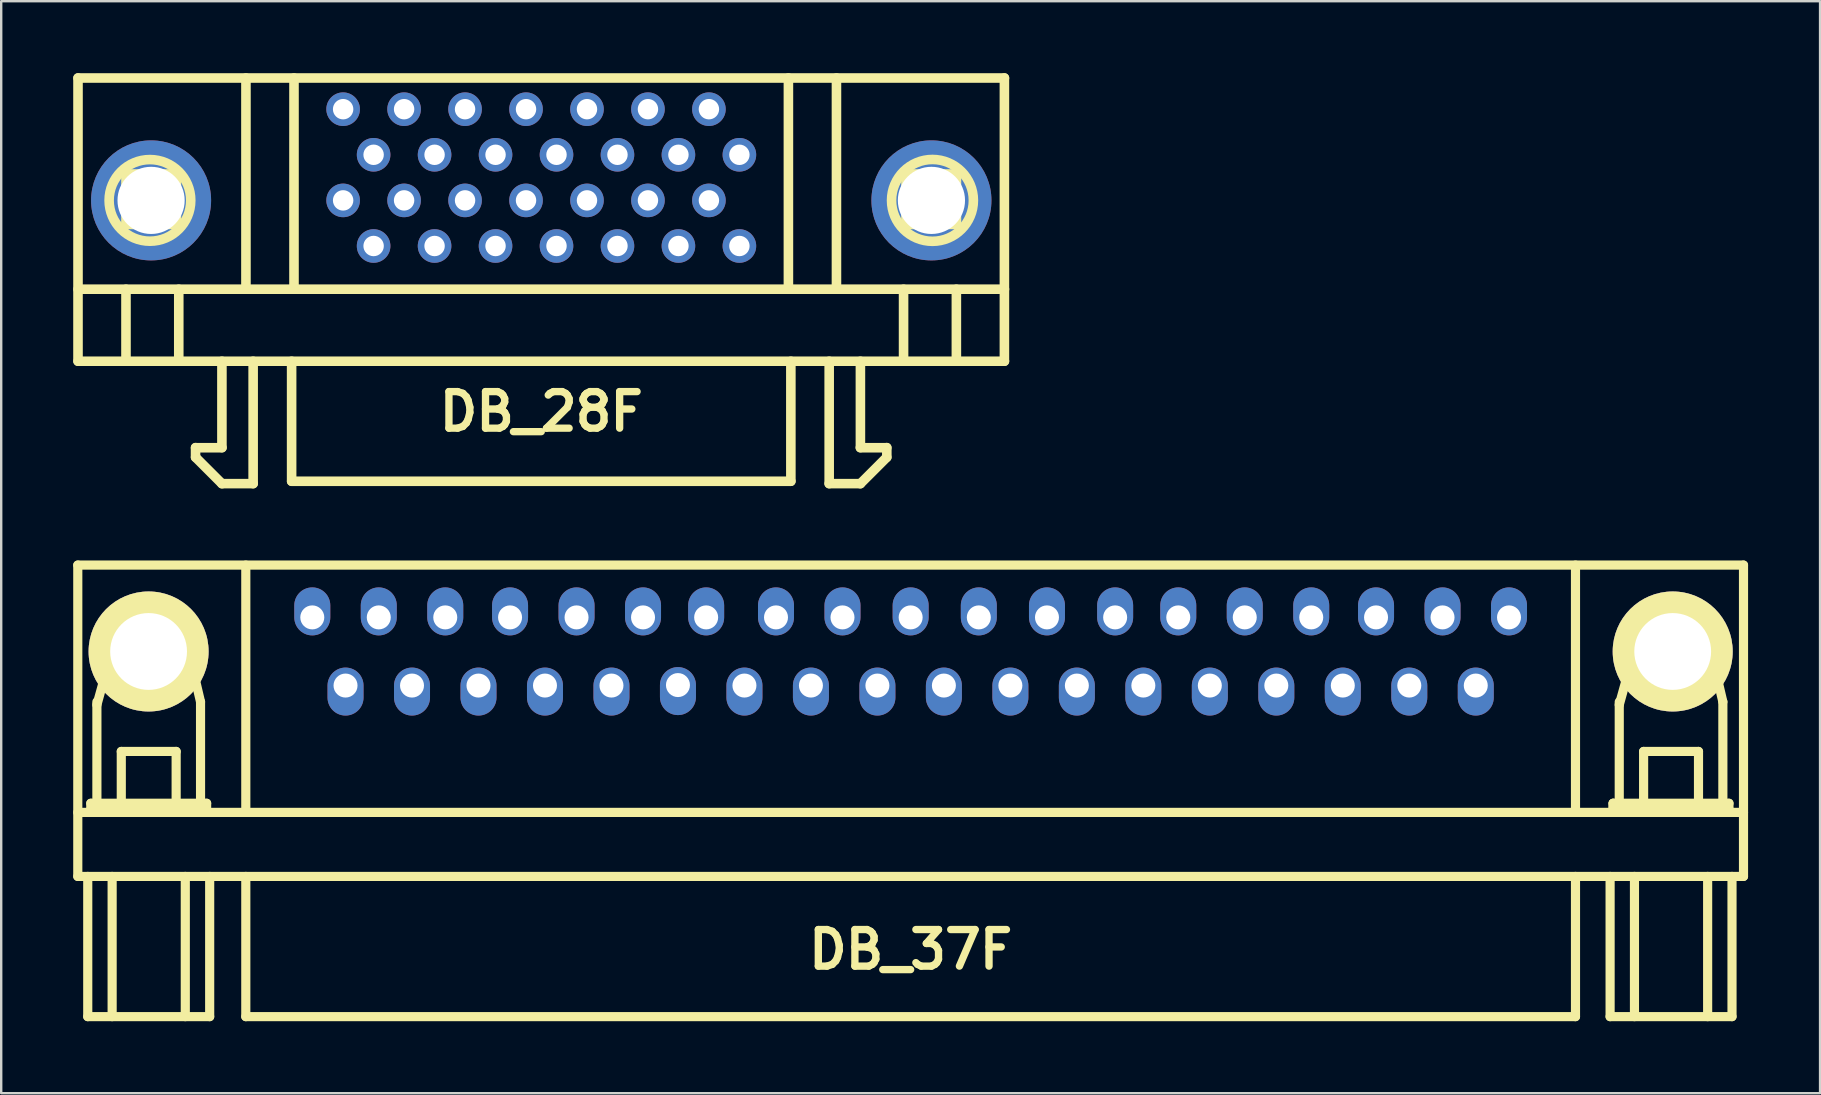
<source format=kicad_pcb>
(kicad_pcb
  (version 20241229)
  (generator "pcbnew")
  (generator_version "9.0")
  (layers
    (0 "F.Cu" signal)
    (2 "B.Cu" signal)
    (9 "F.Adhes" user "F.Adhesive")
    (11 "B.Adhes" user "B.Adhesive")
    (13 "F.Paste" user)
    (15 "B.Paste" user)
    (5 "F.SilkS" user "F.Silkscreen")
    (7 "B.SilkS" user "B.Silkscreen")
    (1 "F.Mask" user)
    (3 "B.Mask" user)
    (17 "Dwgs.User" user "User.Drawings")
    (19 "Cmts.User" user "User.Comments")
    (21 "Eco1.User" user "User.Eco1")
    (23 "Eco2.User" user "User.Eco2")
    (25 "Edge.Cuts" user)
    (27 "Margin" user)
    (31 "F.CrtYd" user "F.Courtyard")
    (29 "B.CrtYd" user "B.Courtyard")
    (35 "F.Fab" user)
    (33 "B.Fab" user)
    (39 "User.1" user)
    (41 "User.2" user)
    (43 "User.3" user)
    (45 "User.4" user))
  (footprint "DB_28F"
    (layer "F.Cu")
    (at 19.501 10.9)
    (property "Reference" "DB_28F" (at 0 3.2 0) (layer "F.SilkS") (effects (font (size 1.524 1.524) (thickness 0.305))))
    (attr through_hole)
    (fp_line (start -19.301 -10.701) (end -19.301 1.1) (stroke (width 0.399) (type solid)) (layer "F.SilkS"))
    (fp_line (start -19.299 -1.9) (end 19.299 -1.9) (stroke (width 0.399) (type solid)) (layer "F.SilkS"))
    (fp_line (start -19.299 1.1) (end 19.299 1.1) (stroke (width 0.399) (type solid)) (layer "F.SilkS"))
    (fp_line (start -17.302 -6.701) (end -15.202 -6.701) (stroke (width 0.399) (type solid)) (layer "F.SilkS"))
    (fp_line (start -17.302 -4.6) (end -17.302 -6.701) (stroke (width 0.399) (type solid)) (layer "F.SilkS"))
    (fp_line (start -17.302 -1.9) (end -17.302 1.1) (stroke (width 0.399) (type solid)) (layer "F.SilkS"))
    (fp_line (start -15.202 -6.701) (end -15.202 -4.6) (stroke (width 0.399) (type solid)) (layer "F.SilkS"))
    (fp_line (start -15.202 -4.6) (end -17.302 -4.6) (stroke (width 0.399) (type solid)) (layer "F.SilkS"))
    (fp_line (start -15.103 1.1) (end -15.103 -1.9) (stroke (width 0.399) (type solid)) (layer "F.SilkS"))
    (fp_line (start -14.404 4.699) (end -14.404 5.1) (stroke (width 0.399) (type solid)) (layer "F.SilkS"))
    (fp_line (start -14.402 4.704) (end -13.302 4.704) (stroke (width 0.399) (type solid)) (layer "F.SilkS"))
    (fp_line (start -13.305 4.699) (end -13.305 1.1) (stroke (width 0.399) (type solid)) (layer "F.SilkS"))
    (fp_line (start -13.305 6.2) (end -12.004 6.2) (stroke (width 0.399) (type solid)) (layer "F.SilkS"))
    (fp_line (start -13.302 6.203) (end -14.402 5.103) (stroke (width 0.399) (type solid)) (layer "F.SilkS"))
    (fp_line (start -12.304 -1.9) (end -12.304 -10.701) (stroke (width 0.399) (type solid)) (layer "F.SilkS"))
    (fp_line (start -12.004 6.2) (end -12.004 1.1) (stroke (width 0.399) (type solid)) (layer "F.SilkS"))
    (fp_line (start -10.401 6.101) (end -10.401 1.1) (stroke (width 0.399) (type solid)) (layer "F.SilkS"))
    (fp_line (start -10.302 -10.701) (end -10.302 -1.9) (stroke (width 0.399) (type solid)) (layer "F.SilkS"))
    (fp_line (start 10.297 -10.701) (end 10.297 -1.9) (stroke (width 0.399) (type solid)) (layer "F.SilkS"))
    (fp_line (start 10.399 6.101) (end -10.399 6.101) (stroke (width 0.399) (type solid)) (layer "F.SilkS"))
    (fp_line (start 10.399 6.101) (end 10.399 1.1) (stroke (width 0.399) (type solid)) (layer "F.SilkS"))
    (fp_line (start 11.996 6.2) (end 11.996 1.1) (stroke (width 0.399) (type solid)) (layer "F.SilkS"))
    (fp_line (start 12.299 -1.9) (end 12.299 -10.701) (stroke (width 0.399) (type solid)) (layer "F.SilkS"))
    (fp_line (start 13.294 6.203) (end 14.394 5.103) (stroke (width 0.399) (type solid)) (layer "F.SilkS"))
    (fp_line (start 13.297 4.699) (end 13.297 1.1) (stroke (width 0.399) (type solid)) (layer "F.SilkS"))
    (fp_line (start 13.297 6.2) (end 11.996 6.2) (stroke (width 0.399) (type solid)) (layer "F.SilkS"))
    (fp_line (start 14.394 4.704) (end 13.294 4.704) (stroke (width 0.399) (type solid)) (layer "F.SilkS"))
    (fp_line (start 14.397 4.699) (end 14.397 5.1) (stroke (width 0.399) (type solid)) (layer "F.SilkS"))
    (fp_line (start 15.095 -1.9) (end 15.095 1.1) (stroke (width 0.399) (type solid)) (layer "F.SilkS"))
    (fp_line (start 15.197 -6.701) (end 15.197 -4.6) (stroke (width 0.399) (type solid)) (layer "F.SilkS"))
    (fp_line (start 15.197 -4.6) (end 17.297 -4.6) (stroke (width 0.399) (type solid)) (layer "F.SilkS"))
    (fp_line (start 17.295 -1.9) (end 17.295 1.1) (stroke (width 0.399) (type solid)) (layer "F.SilkS"))
    (fp_line (start 17.297 -6.701) (end 15.197 -6.701) (stroke (width 0.399) (type solid)) (layer "F.SilkS"))
    (fp_line (start 17.297 -4.6) (end 17.297 -6.701) (stroke (width 0.399) (type solid)) (layer "F.SilkS"))
    (fp_line (start 19.296 1.1) (end 19.296 -10.701) (stroke (width 0.399) (type solid)) (layer "F.SilkS"))
    (fp_line (start 19.299 -10.701) (end -19.299 -10.701) (stroke (width 0.399) (type solid)) (layer "F.SilkS"))
    (fp_circle (center -16.304 -5.601) (end -17.805 -6.401) (stroke (width 0.399) (type solid)) (fill no) (layer "F.SilkS"))
    (fp_circle (center 16.299 -5.601) (end 18.001 -5.499) (stroke (width 0.399) (type solid)) (fill no) (layer "F.SilkS"))
    (pad "" thru_hole circle (at -16.256 -5.601) (size 5.001 5.001) (drill 2.799) (layers "*.Cu" "*.Mask"))
    (pad "" thru_hole circle (at 16.256 -5.601) (size 5.001 5.001) (drill 2.799) (layers "*.Cu" "*.Mask"))
    (pad "1" thru_hole circle (at 8.255 -7.501) (size 1.4 1.4) (drill 0.851) (layers "*.Cu" "*.Mask"))
    (pad "2" thru_hole circle (at 6.985 -9.401) (size 1.4 1.4) (drill 0.851) (layers "*.Cu" "*.Mask"))
    (pad "3" thru_hole circle (at 5.715 -7.501) (size 1.4 1.4) (drill 0.851) (layers "*.Cu" "*.Mask"))
    (pad "4" thru_hole circle (at 4.445 -9.401) (size 1.4 1.4) (drill 0.851) (layers "*.Cu" "*.Mask"))
    (pad "5" thru_hole circle (at 3.175 -7.501) (size 1.4 1.4) (drill 0.851) (layers "*.Cu" "*.Mask"))
    (pad "6" thru_hole circle (at 1.905 -9.401) (size 1.4 1.4) (drill 0.851) (layers "*.Cu" "*.Mask"))
    (pad "7" thru_hole circle (at 0.635 -7.501) (size 1.4 1.4) (drill 0.851) (layers "*.Cu" "*.Mask"))
    (pad "8" thru_hole circle (at -0.635 -9.401) (size 1.4 1.4) (drill 0.851) (layers "*.Cu" "*.Mask"))
    (pad "9" thru_hole circle (at -1.905 -7.501) (size 1.4 1.4) (drill 0.851) (layers "*.Cu" "*.Mask"))
    (pad "10" thru_hole circle (at -3.175 -9.401) (size 1.4 1.4) (drill 0.851) (layers "*.Cu" "*.Mask"))
    (pad "11" thru_hole circle (at -4.445 -7.501) (size 1.4 1.4) (drill 0.851) (layers "*.Cu" "*.Mask"))
    (pad "12" thru_hole circle (at -5.715 -9.401) (size 1.4 1.4) (drill 0.851) (layers "*.Cu" "*.Mask"))
    (pad "13" thru_hole circle (at -6.985 -7.501) (size 1.4 1.4) (drill 0.851) (layers "*.Cu" "*.Mask"))
    (pad "14" thru_hole circle (at -8.255 -9.401) (size 1.4 1.4) (drill 0.851) (layers "*.Cu" "*.Mask"))
    (pad "15" thru_hole circle (at 8.255 -3.701) (size 1.4 1.4) (drill 0.851) (layers "*.Cu" "*.Mask"))
    (pad "16" thru_hole circle (at 6.985 -5.601) (size 1.4 1.4) (drill 0.851) (layers "*.Cu" "*.Mask"))
    (pad "17" thru_hole circle (at 5.715 -3.701) (size 1.4 1.4) (drill 0.851) (layers "*.Cu" "*.Mask"))
    (pad "18" thru_hole circle (at 4.445 -5.601) (size 1.4 1.4) (drill 0.851) (layers "*.Cu" "*.Mask"))
    (pad "19" thru_hole circle (at 3.175 -3.701) (size 1.4 1.4) (drill 0.851) (layers "*.Cu" "*.Mask"))
    (pad "20" thru_hole circle (at 1.905 -5.601) (size 1.4 1.4) (drill 0.851) (layers "*.Cu" "*.Mask"))
    (pad "21" thru_hole circle (at 0.635 -3.701) (size 1.4 1.4) (drill 0.851) (layers "*.Cu" "*.Mask"))
    (pad "22" thru_hole circle (at -0.635 -5.601) (size 1.4 1.4) (drill 0.851) (layers "*.Cu" "*.Mask"))
    (pad "23" thru_hole circle (at -1.905 -3.701) (size 1.4 1.4) (drill 0.851) (layers "*.Cu" "*.Mask"))
    (pad "24" thru_hole circle (at -3.175 -5.601) (size 1.4 1.4) (drill 0.851) (layers "*.Cu" "*.Mask"))
    (pad "25" thru_hole circle (at -4.445 -3.701) (size 1.4 1.4) (drill 0.851) (layers "*.Cu" "*.Mask"))
    (pad "26" thru_hole circle (at -5.715 -5.601) (size 1.4 1.4) (drill 0.851) (layers "*.Cu" "*.Mask"))
    (pad "27" thru_hole circle (at -6.985 -3.701) (size 1.4 1.4) (drill 0.851) (layers "*.Cu" "*.Mask"))
    (pad "28" thru_hole circle (at -8.255 -5.601) (size 1.4 1.4) (drill 0.851) (layers "*.Cu" "*.Mask")))
  (footprint "DB_37F"
    (layer "F.Cu")
    (at 34.891 28.893)
    (property "Reference" "DB_37F" (at 0 7.62 0) (layer "F.SilkS") (effects (font (size 1.524 1.524) (thickness 0.305))))
    (attr through_hole)
    (fp_line (start -34.7 -8.4) (end -34.7 4.572) (stroke (width 0.381) (type solid)) (layer "F.SilkS"))
    (fp_line (start -34.7 1.905) (end 34.7 1.905) (stroke (width 0.381) (type solid)) (layer "F.SilkS"))
    (fp_line (start -34.285 4.572) (end -34.285 10.414) (stroke (width 0.381) (type solid)) (layer "F.SilkS"))
    (fp_line (start -34.285 10.414) (end -29.205 10.414) (stroke (width 0.381) (type solid)) (layer "F.SilkS"))
    (fp_line (start -34.158 1.524) (end -34.158 1.778) (stroke (width 0.381) (type solid)) (layer "F.SilkS"))
    (fp_line (start -34.158 1.778) (end -29.332 1.778) (stroke (width 0.381) (type solid)) (layer "F.SilkS"))
    (fp_line (start -33.904 -2.576) (end -33.269 -4.862) (stroke (width 0.381) (type solid)) (layer "F.SilkS"))
    (fp_line (start -33.904 1.524) (end -33.904 -2.703) (stroke (width 0.381) (type solid)) (layer "F.SilkS"))
    (fp_line (start -33.269 -4.862) (end -30.094 -4.862) (stroke (width 0.381) (type solid)) (layer "F.SilkS"))
    (fp_line (start -33.269 4.572) (end -33.269 10.414) (stroke (width 0.381) (type solid)) (layer "F.SilkS"))
    (fp_line (start -32.888 -0.635) (end -30.602 -0.635) (stroke (width 0.381) (type solid)) (layer "F.SilkS"))
    (fp_line (start -32.888 1.905) (end -32.888 -0.635) (stroke (width 0.381) (type solid)) (layer "F.SilkS"))
    (fp_line (start -30.602 -0.635) (end -30.602 1.905) (stroke (width 0.381) (type solid)) (layer "F.SilkS"))
    (fp_line (start -30.221 4.572) (end -30.221 10.414) (stroke (width 0.381) (type solid)) (layer "F.SilkS"))
    (fp_line (start -30.094 -4.862) (end -29.586 -2.703) (stroke (width 0.381) (type solid)) (layer "F.SilkS"))
    (fp_line (start -29.586 -2.703) (end -29.586 1.524) (stroke (width 0.381) (type solid)) (layer "F.SilkS"))
    (fp_line (start -29.332 1.524) (end -34.158 1.524) (stroke (width 0.381) (type solid)) (layer "F.SilkS"))
    (fp_line (start -29.332 1.778) (end -29.332 1.524) (stroke (width 0.381) (type solid)) (layer "F.SilkS"))
    (fp_line (start -29.205 4.572) (end -29.205 10.414) (stroke (width 0.381) (type solid)) (layer "F.SilkS"))
    (fp_line (start -27.7 1.905) (end -27.7 -8.4) (stroke (width 0.381) (type solid)) (layer "F.SilkS"))
    (fp_line (start -27.7 4.572) (end -27.7 10.414) (stroke (width 0.381) (type solid)) (layer "F.SilkS"))
    (fp_line (start 27.7 1.905) (end 27.7 -8.4) (stroke (width 0.381) (type solid)) (layer "F.SilkS"))
    (fp_line (start 27.7 10.414) (end -27.7 10.414) (stroke (width 0.381) (type solid)) (layer "F.SilkS"))
    (fp_line (start 27.7 10.414) (end 27.7 4.572) (stroke (width 0.381) (type solid)) (layer "F.SilkS"))
    (fp_line (start 29.142 4.572) (end 29.142 10.414) (stroke (width 0.381) (type solid)) (layer "F.SilkS"))
    (fp_line (start 29.142 10.414) (end 34.221 10.414) (stroke (width 0.381) (type solid)) (layer "F.SilkS"))
    (fp_line (start 29.268 1.524) (end 29.268 1.778) (stroke (width 0.381) (type solid)) (layer "F.SilkS"))
    (fp_line (start 29.268 1.524) (end 29.268 1.778) (stroke (width 0.381) (type solid)) (layer "F.SilkS"))
    (fp_line (start 29.268 1.778) (end 34.094 1.778) (stroke (width 0.381) (type solid)) (layer "F.SilkS"))
    (fp_line (start 29.523 -2.576) (end 30.157 -4.862) (stroke (width 0.381) (type solid)) (layer "F.SilkS"))
    (fp_line (start 29.523 1.524) (end 29.523 -2.703) (stroke (width 0.381) (type solid)) (layer "F.SilkS"))
    (fp_line (start 30.157 -4.862) (end 33.333 -4.862) (stroke (width 0.381) (type solid)) (layer "F.SilkS"))
    (fp_line (start 30.157 4.572) (end 30.157 10.414) (stroke (width 0.381) (type solid)) (layer "F.SilkS"))
    (fp_line (start 30.538 -0.635) (end 32.825 -0.635) (stroke (width 0.381) (type solid)) (layer "F.SilkS"))
    (fp_line (start 30.538 1.905) (end 30.538 -0.635) (stroke (width 0.381) (type solid)) (layer "F.SilkS"))
    (fp_line (start 32.825 -0.635) (end 32.825 1.905) (stroke (width 0.381) (type solid)) (layer "F.SilkS"))
    (fp_line (start 33.206 4.572) (end 33.206 10.414) (stroke (width 0.381) (type solid)) (layer "F.SilkS"))
    (fp_line (start 33.333 -4.862) (end 33.84 -2.703) (stroke (width 0.381) (type solid)) (layer "F.SilkS"))
    (fp_line (start 33.84 -2.703) (end 33.84 1.524) (stroke (width 0.381) (type solid)) (layer "F.SilkS"))
    (fp_line (start 34.094 1.524) (end 29.268 1.524) (stroke (width 0.381) (type solid)) (layer "F.SilkS"))
    (fp_line (start 34.094 1.778) (end 34.094 1.524) (stroke (width 0.381) (type solid)) (layer "F.SilkS"))
    (fp_line (start 34.221 4.572) (end 34.221 10.414) (stroke (width 0.381) (type solid)) (layer "F.SilkS"))
    (fp_line (start 34.7 -8.4) (end -34.7 -8.4) (stroke (width 0.381) (type solid)) (layer "F.SilkS"))
    (fp_line (start 34.7 -8.4) (end 34.7 4.572) (stroke (width 0.381) (type solid)) (layer "F.SilkS"))
    (fp_line (start 34.7 4.572) (end -34.7 4.572) (stroke (width 0.381) (type solid)) (layer "F.SilkS"))
    (pad "" thru_hole circle (at -31.75 -4.8) (size 5 5) (drill 3.2) (layers "*.Cu" "*.Mask" "F.SilkS"))
    (pad "" thru_hole circle (at 31.75 -4.8) (size 5 5) (drill 3.2) (layers "*.Cu" "*.Mask" "F.SilkS"))
    (pad "1" thru_hole oval (at 24.93 -6.22) (size 1.5 2) (drill 1 (offset 0 -0.25)) (layers "*.Cu" "*.Mask"))
    (pad "2" thru_hole oval (at 22.16 -6.22) (size 1.5 2) (drill 1 (offset 0 -0.25)) (layers "*.Cu" "*.Mask"))
    (pad "3" thru_hole oval (at 19.39 -6.22) (size 1.5 2) (drill 1 (offset 0 -0.25)) (layers "*.Cu" "*.Mask"))
    (pad "4" thru_hole oval (at 16.69 -6.22) (size 1.5 2) (drill 1 (offset 0 -0.25)) (layers "*.Cu" "*.Mask"))
    (pad "5" thru_hole oval (at 13.92 -6.22) (size 1.5 2) (drill 1 (offset 0 -0.25)) (layers "*.Cu" "*.Mask"))
    (pad "6" thru_hole oval (at 11.15 -6.22) (size 1.5 2) (drill 1 (offset 0 -0.25)) (layers "*.Cu" "*.Mask"))
    (pad "7" thru_hole oval (at 8.52 -6.22) (size 1.5 2) (drill 1 (offset 0 -0.25)) (layers "*.Cu" "*.Mask"))
    (pad "8" thru_hole oval (at 5.68 -6.22) (size 1.5 2) (drill 1 (offset 0 -0.25)) (layers "*.Cu" "*.Mask"))
    (pad "9" thru_hole oval (at 2.84 -6.22) (size 1.5 2) (drill 1 (offset 0 -0.25)) (layers "*.Cu" "*.Mask"))
    (pad "10" thru_hole oval (at 0 -6.22) (size 1.5 2) (drill 1 (offset 0 -0.25)) (layers "*.Cu" "*.Mask"))
    (pad "11" thru_hole oval (at -2.84 -6.22) (size 1.5 2) (drill 1 (offset 0 -0.25)) (layers "*.Cu" "*.Mask"))
    (pad "12" thru_hole oval (at -5.61 -6.22) (size 1.5 2) (drill 1 (offset 0 -0.25)) (layers "*.Cu" "*.Mask"))
    (pad "13" thru_hole oval (at -8.52 -6.22) (size 1.5 2) (drill 1 (offset 0 -0.25)) (layers "*.Cu" "*.Mask"))
    (pad "14" thru_hole oval (at -11.15 -6.22) (size 1.5 2) (drill 1 (offset 0 -0.25)) (layers "*.Cu" "*.Mask"))
    (pad "15" thru_hole oval (at -13.92 -6.22) (size 1.5 2) (drill 1 (offset 0 -0.25)) (layers "*.Cu" "*.Mask"))
    (pad "16" thru_hole oval (at -16.69 -6.22) (size 1.5 2) (drill 1 (offset 0 -0.25)) (layers "*.Cu" "*.Mask"))
    (pad "17" thru_hole oval (at -19.39 -6.22) (size 1.5 2) (drill 1 (offset 0 -0.25)) (layers "*.Cu" "*.Mask"))
    (pad "18" thru_hole oval (at -22.16 -6.22) (size 1.5 2) (drill 1 (offset 0 -0.25)) (layers "*.Cu" "*.Mask"))
    (pad "19" thru_hole oval (at -24.93 -6.22) (size 1.5 2) (drill 1 (offset 0 -0.25)) (layers "*.Cu" "*.Mask"))
    (pad "20" thru_hole oval (at 23.545 -3.38) (size 1.5 2) (drill 1 (offset 0 0.25)) (layers "*.Cu" "*.Mask"))
    (pad "21" thru_hole oval (at 20.775 -3.38) (size 1.5 2) (drill 1 (offset 0 0.25)) (layers "*.Cu" "*.Mask"))
    (pad "22" thru_hole oval (at 18.005 -3.38) (size 1.5 2) (drill 1 (offset 0 0.25)) (layers "*.Cu" "*.Mask"))
    (pad "23" thru_hole oval (at 15.235 -3.38) (size 1.5 2) (drill 1 (offset 0 0.25)) (layers "*.Cu" "*.Mask"))
    (pad "24" thru_hole oval (at 12.465 -3.38) (size 1.5 2) (drill 1 (offset 0 0.25)) (layers "*.Cu" "*.Mask"))
    (pad "25" thru_hole oval (at 9.695 -3.38) (size 1.5 2) (drill 1 (offset 0 0.25)) (layers "*.Cu" "*.Mask"))
    (pad "26" thru_hole oval (at 6.925 -3.38) (size 1.5 2) (drill 1 (offset 0 0.25)) (layers "*.Cu" "*.Mask"))
    (pad "27" thru_hole oval (at 4.155 -3.38) (size 1.5 2) (drill 1 (offset 0 0.25)) (layers "*.Cu" "*.Mask"))
    (pad "28" thru_hole oval (at 1.385 -3.38) (size 1.5 2) (drill 1 (offset 0 0.25)) (layers "*.Cu" "*.Mask"))
    (pad "29" thru_hole oval (at -1.385 -3.38) (size 1.5 2) (drill 1 (offset 0 0.25)) (layers "*.Cu" "*.Mask"))
    (pad "30" thru_hole oval (at -4.155 -3.38) (size 1.5 2) (drill 1 (offset 0 0.25)) (layers "*.Cu" "*.Mask"))
    (pad "31" thru_hole oval (at -6.925 -3.38) (size 1.5 2) (drill 1 (offset 0 0.25)) (layers "*.Cu" "*.Mask"))
    (pad "32" thru_hole oval (at -9.695 -3.4) (size 1.5 2) (drill 1 (offset 0 0.25)) (layers "*.Cu" "*.Mask"))
    (pad "33" thru_hole oval (at -12.465 -3.38) (size 1.5 2) (drill 1 (offset 0 0.25)) (layers "*.Cu" "*.Mask"))
    (pad "34" thru_hole oval (at -15.235 -3.38) (size 1.5 2) (drill 1 (offset 0 0.25)) (layers "*.Cu" "*.Mask"))
    (pad "35" thru_hole oval (at -18.005 -3.38) (size 1.5 2) (drill 1 (offset 0 0.25)) (layers "*.Cu" "*.Mask"))
    (pad "36" thru_hole oval (at -20.775 -3.38) (size 1.5 2) (drill 1 (offset 0 0.25)) (layers "*.Cu" "*.Mask"))
    (pad "37" thru_hole oval (at -23.545 -3.38) (size 1.5 2) (drill 1 (offset 0 0.25)) (layers "*.Cu" "*.Mask")))
  (gr_rect
    (start -3 -3)
    (end 72.781 42.497)
    (stroke (width 0.1) (type default))
    (fill no)
    (layer "Edge.Cuts")))
</source>
